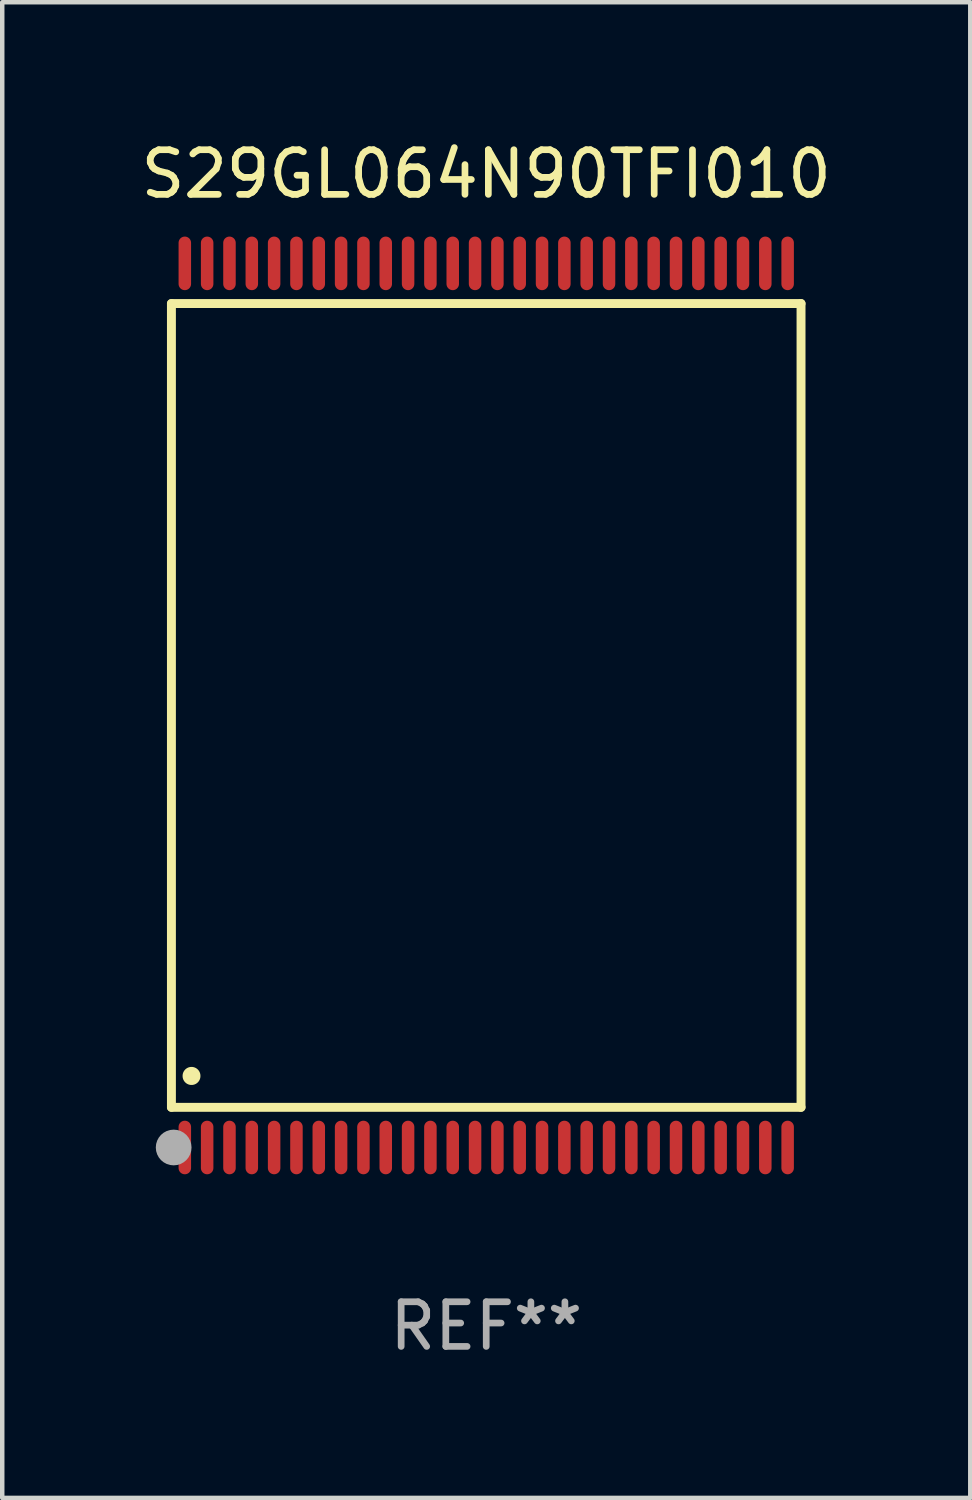
<source format=kicad_pcb>
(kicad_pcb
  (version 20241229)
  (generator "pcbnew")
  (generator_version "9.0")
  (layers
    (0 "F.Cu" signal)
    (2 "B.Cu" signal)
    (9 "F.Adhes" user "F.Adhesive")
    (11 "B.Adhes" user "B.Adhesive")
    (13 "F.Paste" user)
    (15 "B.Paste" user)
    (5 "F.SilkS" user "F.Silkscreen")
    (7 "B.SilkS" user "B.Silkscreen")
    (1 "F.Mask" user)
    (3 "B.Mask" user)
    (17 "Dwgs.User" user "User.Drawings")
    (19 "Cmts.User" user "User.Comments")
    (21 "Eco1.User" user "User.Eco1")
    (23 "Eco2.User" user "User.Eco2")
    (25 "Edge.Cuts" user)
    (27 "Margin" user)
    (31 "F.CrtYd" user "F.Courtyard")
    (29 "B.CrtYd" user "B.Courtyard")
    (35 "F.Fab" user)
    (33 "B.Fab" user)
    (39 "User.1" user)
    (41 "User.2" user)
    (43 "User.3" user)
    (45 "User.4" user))
  (footprint "S29GL064N90TFI010"
    (layer "F.Cu")
    (at 7.839 12.748)
    (property "Reference" "S29GL064N90TFI010" (at 0 -11.9 0) (layer "F.SilkS") (effects (font (size 1 1) (thickness 0.15))))
    (attr through_hole)
    (fp_line (start -7.05 -9) (end 7.05 -9) (stroke (width 0.2) (type solid)) (layer "F.SilkS"))
    (fp_line (start -7.05 9) (end -7.05 -9) (stroke (width 0.2) (type solid)) (layer "F.SilkS"))
    (fp_line (start 7.05 9) (end -7.05 9) (stroke (width 0.2) (type solid)) (layer "F.SilkS"))
    (fp_line (start 7.05 9) (end 7.05 -9) (stroke (width 0.2) (type solid)) (layer "F.SilkS"))
    (fp_arc (start -6.600025 8.300025) (mid -6.600041 8.297485) (end -6.600025 8.294945) (stroke (width 0.4) (type solid)) (layer "F.SilkS"))
    (fp_circle (center -7 10) (end -6.97 10) (stroke (width 0.06) (type solid)) (fill no) (layer "F.SilkS"))
    (fp_circle (center -7 9.9) (end -6.8 9.9) (stroke (width 0.4) (type solid)) (fill no) (layer "F.Fab"))
    (fp_text user "REF**" (at 0 13.9 0) (layer "F.Fab") (effects (font (size 1 1) (thickness 0.15))))
    (pad "1" smd oval (at -6.75 9.9) (size 0.28 1.2) (layers "F.Cu" "F.Mask" "F.Paste"))
    (pad "2" smd oval (at -6.25 9.9) (size 0.28 1.2) (layers "F.Cu" "F.Mask" "F.Paste"))
    (pad "3" smd oval (at -5.75 9.9) (size 0.28 1.2) (layers "F.Cu" "F.Mask" "F.Paste"))
    (pad "4" smd oval (at -5.25 9.9) (size 0.28 1.2) (layers "F.Cu" "F.Mask" "F.Paste"))
    (pad "5" smd oval (at -4.75 9.9) (size 0.28 1.2) (layers "F.Cu" "F.Mask" "F.Paste"))
    (pad "6" smd oval (at -4.25 9.9) (size 0.28 1.2) (layers "F.Cu" "F.Mask" "F.Paste"))
    (pad "7" smd oval (at -3.75 9.9) (size 0.28 1.2) (layers "F.Cu" "F.Mask" "F.Paste"))
    (pad "8" smd oval (at -3.25 9.9) (size 0.28 1.2) (layers "F.Cu" "F.Mask" "F.Paste"))
    (pad "9" smd oval (at -2.75 9.9) (size 0.28 1.2) (layers "F.Cu" "F.Mask" "F.Paste"))
    (pad "10" smd oval (at -2.25 9.9) (size 0.28 1.2) (layers "F.Cu" "F.Mask" "F.Paste"))
    (pad "11" smd oval (at -1.75 9.9) (size 0.28 1.2) (layers "F.Cu" "F.Mask" "F.Paste"))
    (pad "12" smd oval (at -1.25 9.9) (size 0.28 1.2) (layers "F.Cu" "F.Mask" "F.Paste"))
    (pad "13" smd oval (at -0.75 9.9) (size 0.28 1.2) (layers "F.Cu" "F.Mask" "F.Paste"))
    (pad "14" smd oval (at -0.25 9.9) (size 0.28 1.2) (layers "F.Cu" "F.Mask" "F.Paste"))
    (pad "15" smd oval (at 0.25 9.9) (size 0.28 1.2) (layers "F.Cu" "F.Mask" "F.Paste"))
    (pad "16" smd oval (at 0.75 9.9) (size 0.28 1.2) (layers "F.Cu" "F.Mask" "F.Paste"))
    (pad "17" smd oval (at 1.25 9.9) (size 0.28 1.2) (layers "F.Cu" "F.Mask" "F.Paste"))
    (pad "18" smd oval (at 1.75 9.9) (size 0.28 1.2) (layers "F.Cu" "F.Mask" "F.Paste"))
    (pad "19" smd oval (at 2.25 9.9) (size 0.28 1.2) (layers "F.Cu" "F.Mask" "F.Paste"))
    (pad "20" smd oval (at 2.75 9.9) (size 0.28 1.2) (layers "F.Cu" "F.Mask" "F.Paste"))
    (pad "21" smd oval (at 3.25 9.9) (size 0.28 1.2) (layers "F.Cu" "F.Mask" "F.Paste"))
    (pad "22" smd oval (at 3.75 9.9) (size 0.28 1.2) (layers "F.Cu" "F.Mask" "F.Paste"))
    (pad "23" smd oval (at 4.25 9.9) (size 0.28 1.2) (layers "F.Cu" "F.Mask" "F.Paste"))
    (pad "24" smd oval (at 4.75 9.9) (size 0.28 1.2) (layers "F.Cu" "F.Mask" "F.Paste"))
    (pad "25" smd oval (at 5.25 9.9) (size 0.28 1.2) (layers "F.Cu" "F.Mask" "F.Paste"))
    (pad "26" smd oval (at 5.75 9.9) (size 0.28 1.2) (layers "F.Cu" "F.Mask" "F.Paste"))
    (pad "27" smd oval (at 6.25 9.9) (size 0.28 1.2) (layers "F.Cu" "F.Mask" "F.Paste"))
    (pad "28" smd oval (at 6.75 9.9) (size 0.28 1.2) (layers "F.Cu" "F.Mask" "F.Paste"))
    (pad "29" smd oval (at 6.75 -9.9) (size 0.28 1.2) (layers "F.Cu" "F.Mask" "F.Paste"))
    (pad "30" smd oval (at 6.25 -9.9) (size 0.28 1.2) (layers "F.Cu" "F.Mask" "F.Paste"))
    (pad "31" smd oval (at 5.75 -9.9) (size 0.28 1.2) (layers "F.Cu" "F.Mask" "F.Paste"))
    (pad "32" smd oval (at 5.25 -9.9) (size 0.28 1.2) (layers "F.Cu" "F.Mask" "F.Paste"))
    (pad "33" smd oval (at 4.75 -9.9) (size 0.28 1.2) (layers "F.Cu" "F.Mask" "F.Paste"))
    (pad "34" smd oval (at 4.25 -9.9) (size 0.28 1.2) (layers "F.Cu" "F.Mask" "F.Paste"))
    (pad "35" smd oval (at 3.75 -9.9) (size 0.28 1.2) (layers "F.Cu" "F.Mask" "F.Paste"))
    (pad "36" smd oval (at 3.25 -9.9) (size 0.28 1.2) (layers "F.Cu" "F.Mask" "F.Paste"))
    (pad "37" smd oval (at 2.75 -9.9) (size 0.28 1.2) (layers "F.Cu" "F.Mask" "F.Paste"))
    (pad "38" smd oval (at 2.25 -9.9) (size 0.28 1.2) (layers "F.Cu" "F.Mask" "F.Paste"))
    (pad "39" smd oval (at 1.75 -9.9) (size 0.28 1.2) (layers "F.Cu" "F.Mask" "F.Paste"))
    (pad "40" smd oval (at 1.25 -9.9) (size 0.28 1.2) (layers "F.Cu" "F.Mask" "F.Paste"))
    (pad "41" smd oval (at 0.75 -9.9) (size 0.28 1.2) (layers "F.Cu" "F.Mask" "F.Paste"))
    (pad "42" smd oval (at 0.25 -9.9) (size 0.28 1.2) (layers "F.Cu" "F.Mask" "F.Paste"))
    (pad "43" smd oval (at -0.25 -9.9) (size 0.28 1.2) (layers "F.Cu" "F.Mask" "F.Paste"))
    (pad "44" smd oval (at -0.75 -9.9) (size 0.28 1.2) (layers "F.Cu" "F.Mask" "F.Paste"))
    (pad "45" smd oval (at -1.25 -9.9) (size 0.28 1.2) (layers "F.Cu" "F.Mask" "F.Paste"))
    (pad "46" smd oval (at -1.75 -9.9) (size 0.28 1.2) (layers "F.Cu" "F.Mask" "F.Paste"))
    (pad "47" smd oval (at -2.25 -9.9) (size 0.28 1.2) (layers "F.Cu" "F.Mask" "F.Paste"))
    (pad "48" smd oval (at -2.75 -9.9) (size 0.28 1.2) (layers "F.Cu" "F.Mask" "F.Paste"))
    (pad "49" smd oval (at -3.25 -9.9) (size 0.28 1.2) (layers "F.Cu" "F.Mask" "F.Paste"))
    (pad "50" smd oval (at -3.75 -9.9) (size 0.28 1.2) (layers "F.Cu" "F.Mask" "F.Paste"))
    (pad "51" smd oval (at -4.25 -9.9) (size 0.28 1.2) (layers "F.Cu" "F.Mask" "F.Paste"))
    (pad "52" smd oval (at -4.75 -9.9) (size 0.28 1.2) (layers "F.Cu" "F.Mask" "F.Paste"))
    (pad "53" smd oval (at -5.25 -9.9) (size 0.28 1.2) (layers "F.Cu" "F.Mask" "F.Paste"))
    (pad "54" smd oval (at -5.75 -9.9) (size 0.28 1.2) (layers "F.Cu" "F.Mask" "F.Paste"))
    (pad "55" smd oval (at -6.25 -9.9) (size 0.28 1.2) (layers "F.Cu" "F.Mask" "F.Paste"))
    (pad "56" smd oval (at -6.75 -9.9) (size 0.28 1.2) (layers "F.Cu" "F.Mask" "F.Paste")))
  (gr_rect
    (start -3 -3)
    (end 18.679 30.496)
    (stroke (width 0.1) (type default))
    (fill no)
    (layer "Edge.Cuts")))
</source>
